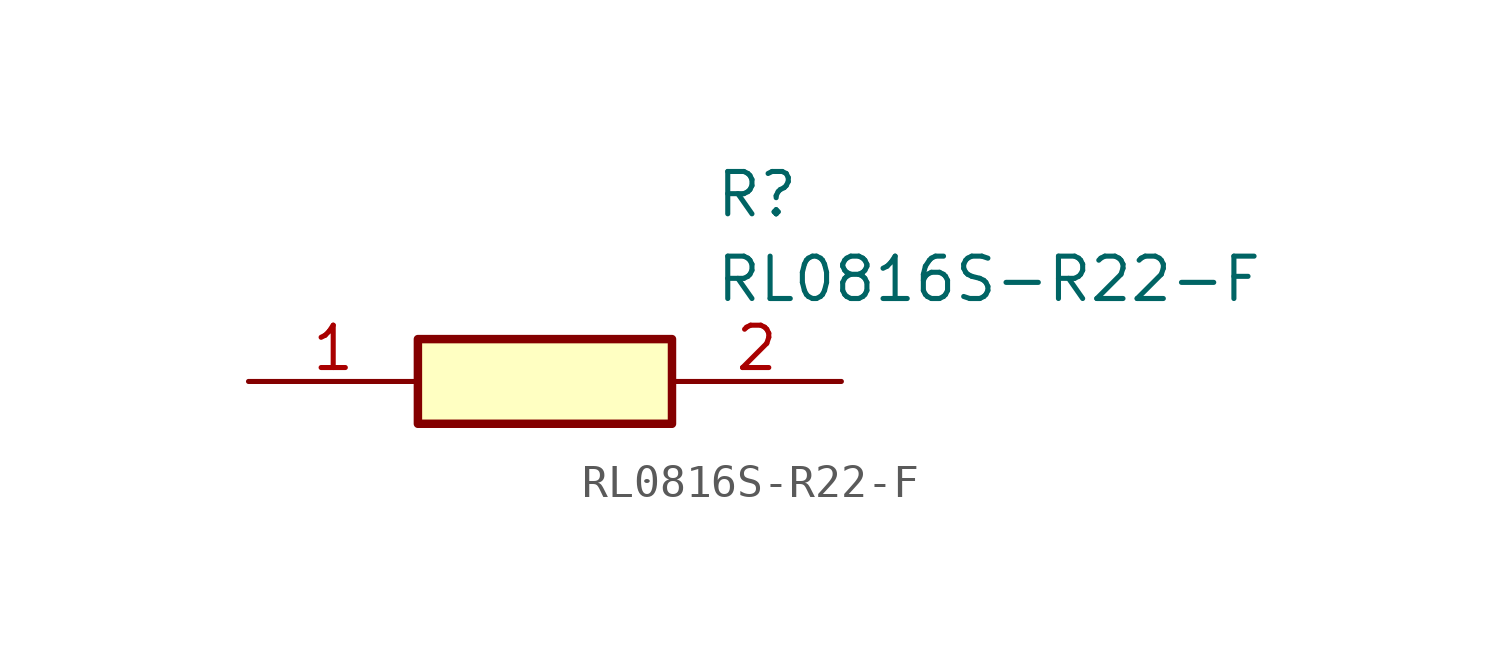
<source format=kicad_sym>
(kicad_symbol_lib
  (version 20211014)
  (generator SamacSys_ECAD_Model)
  (symbol "RL0816S-R22-F"
    (pin_names hide)
    (property "Reference" "R"
      (at 13.97 6.35 0)
      (effects (font (size 1.27 1.27)) (justify left top)))
    (property "Value" "RL0816S-R22-F"
      (at 13.97 3.81 0)
      (effects (font (size 1.27 1.27)) (justify left top)))
    (rectangle
      (start 5.08 1.27)
      (end 12.7 -1.27)
      (stroke (width 0.254) (type default))
      (fill (type background)))
    (pin passive line
      (at 0 0 0)
      (length 5.08)
      (name "1" (effects (font (size 1.27 1.27))))
      (number "1" (effects (font (size 1.27 1.27)))))
    (pin passive line
      (at 17.78 0 180)
      (length 5.08)
      (name "2" (effects (font (size 1.27 1.27))))
      (number "2" (effects (font (size 1.27 1.27)))))))
</source>
